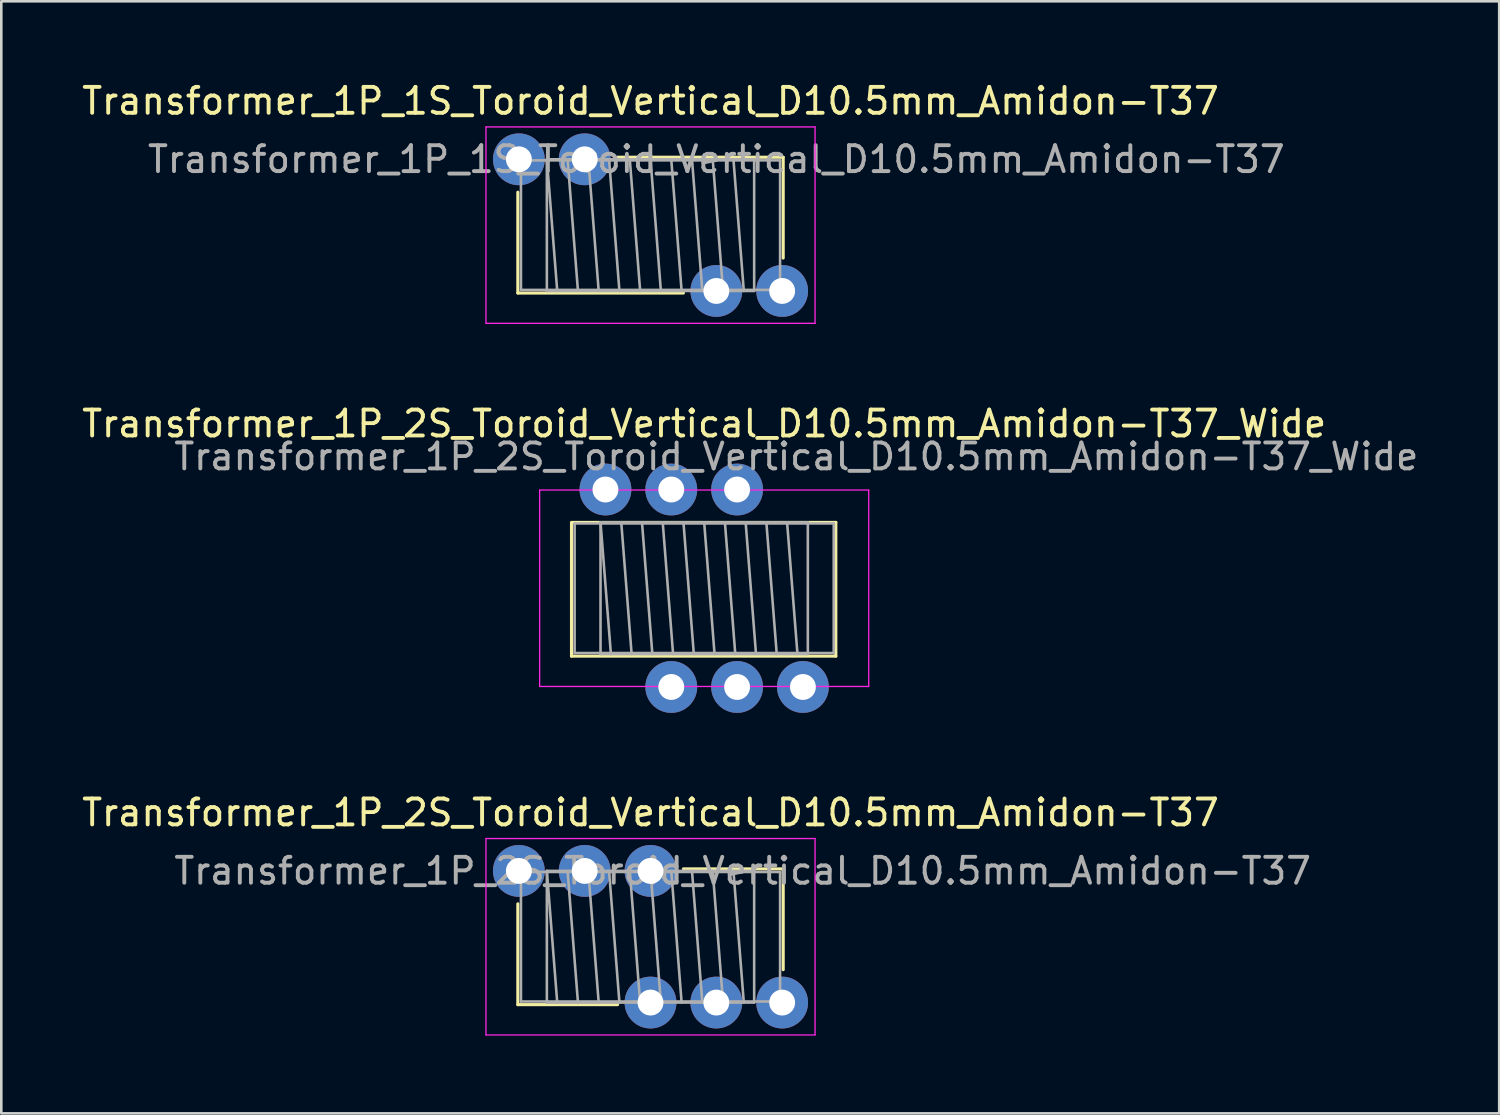
<source format=kicad_pcb>
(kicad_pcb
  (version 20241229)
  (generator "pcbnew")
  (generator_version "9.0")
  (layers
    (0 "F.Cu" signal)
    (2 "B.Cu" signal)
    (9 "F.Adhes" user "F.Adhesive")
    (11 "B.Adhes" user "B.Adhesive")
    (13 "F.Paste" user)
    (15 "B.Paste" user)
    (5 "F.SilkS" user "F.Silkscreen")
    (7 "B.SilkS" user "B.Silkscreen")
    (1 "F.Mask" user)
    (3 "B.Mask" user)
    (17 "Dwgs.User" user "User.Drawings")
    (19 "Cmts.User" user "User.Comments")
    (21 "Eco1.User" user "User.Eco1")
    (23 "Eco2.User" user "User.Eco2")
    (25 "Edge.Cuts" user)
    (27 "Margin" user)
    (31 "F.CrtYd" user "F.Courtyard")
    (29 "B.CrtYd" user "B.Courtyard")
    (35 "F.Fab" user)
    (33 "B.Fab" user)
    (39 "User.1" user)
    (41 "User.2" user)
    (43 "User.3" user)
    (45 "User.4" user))
  (footprint "Transformer_1P_1S_Toroid_Vertical_D10.5mm_Amidon-T37"
    (layer "F.Cu")
    (at 22.054 5.638)
    (property "Reference" "Transformer_1P_1S_Toroid_Vertical_D10.5mm_Amidon-T37" (at 0 -4.79 0) (layer "F.SilkS") (effects (font (size 1 1) (thickness 0.15))))
    (attr through_hole)
    (fp_line (start -5.12 -1.27) (end -5.12 2.62) (stroke (width 0.12) (type solid)) (layer "F.SilkS"))
    (fp_line (start -5.12 2.62) (end 1.27 2.62) (stroke (width 0.12) (type solid)) (layer "F.SilkS"))
    (fp_line (start -1.27 -2.62) (end 5.12 -2.62) (stroke (width 0.12) (type solid)) (layer "F.SilkS"))
    (fp_line (start 5.12 -2.62) (end 5.12 1.27) (stroke (width 0.12) (type solid)) (layer "F.SilkS"))
    (fp_line (start -6.35 -3.79) (end -6.35 3.79) (stroke (width 0.05) (type solid)) (layer "F.CrtYd"))
    (fp_line (start -6.35 3.79) (end 6.35 3.79) (stroke (width 0.05) (type solid)) (layer "F.CrtYd"))
    (fp_line (start 6.35 -3.79) (end -6.35 -3.79) (stroke (width 0.05) (type solid)) (layer "F.CrtYd"))
    (fp_line (start 6.35 3.79) (end 6.35 -3.79) (stroke (width 0.05) (type solid)) (layer "F.CrtYd"))
    (fp_line (start -5 -2.5) (end -5 2.5) (stroke (width 0.1) (type solid)) (layer "F.Fab"))
    (fp_line (start -5 2.5) (end 5 2.5) (stroke (width 0.1) (type solid)) (layer "F.Fab"))
    (fp_line (start -4 -2.54) (end -4 2.54) (stroke (width 0.1) (type solid)) (layer "F.Fab"))
    (fp_line (start -4 -2.54) (end -3.6 2.54) (stroke (width 0.1) (type solid)) (layer "F.Fab"))
    (fp_line (start -4 2.54) (end 4 2.54) (stroke (width 0.1) (type solid)) (layer "F.Fab"))
    (fp_line (start -3.2 -2.54) (end -2.8 2.54) (stroke (width 0.1) (type solid)) (layer "F.Fab"))
    (fp_line (start -2.4 -2.54) (end -2 2.54) (stroke (width 0.1) (type solid)) (layer "F.Fab"))
    (fp_line (start -1.6 -2.54) (end -1.2 2.54) (stroke (width 0.1) (type solid)) (layer "F.Fab"))
    (fp_line (start -0.8 -2.54) (end -0.4 2.54) (stroke (width 0.1) (type solid)) (layer "F.Fab"))
    (fp_line (start 0 -2.54) (end 0.4 2.54) (stroke (width 0.1) (type solid)) (layer "F.Fab"))
    (fp_line (start 0.8 -2.54) (end 1.2 2.54) (stroke (width 0.1) (type solid)) (layer "F.Fab"))
    (fp_line (start 1.6 -2.54) (end 2 2.54) (stroke (width 0.1) (type solid)) (layer "F.Fab"))
    (fp_line (start 2.4 -2.54) (end 2.8 2.54) (stroke (width 0.1) (type solid)) (layer "F.Fab"))
    (fp_line (start 3.2 -2.54) (end 3.6 2.54) (stroke (width 0.1) (type solid)) (layer "F.Fab"))
    (fp_line (start 4 -2.54) (end -4 -2.54) (stroke (width 0.1) (type solid)) (layer "F.Fab"))
    (fp_line (start 4 2.54) (end 4 -2.54) (stroke (width 0.1) (type solid)) (layer "F.Fab"))
    (fp_line (start 5 -2.5) (end -5 -2.5) (stroke (width 0.1) (type solid)) (layer "F.Fab"))
    (fp_line (start 5 2.5) (end 5 -2.5) (stroke (width 0.1) (type solid)) (layer "F.Fab"))
    (fp_text user "${REFERENCE}" (at 2.54 -2.54 0) (layer "F.Fab") (effects (font (size 1 1) (thickness 0.15))))
    (pad "1" thru_hole circle (at -5.08 -2.54) (size 2 2) (drill 1) (layers "*.Cu" "*.Mask"))
    (pad "2" thru_hole circle (at 2.54 2.54) (size 2 2) (drill 1) (layers "*.Cu" "*.Mask"))
    (pad "3" thru_hole circle (at 5.08 2.54) (size 2 2) (drill 1) (layers "*.Cu" "*.Mask"))
    (pad "4" thru_hole circle (at -2.54 -2.54) (size 2 2) (drill 1) (layers "*.Cu" "*.Mask")))
  (footprint "Transformer_1P_2S_Toroid_Vertical_D10.5mm_Amidon-T37_Wide"
    (layer "F.Cu")
    (at 24.125 19.651)
    (property "Reference" "Transformer_1P_2S_Toroid_Vertical_D10.5mm_Amidon-T37_Wide" (at 0 -6.35 0) (layer "F.SilkS") (effects (font (size 1 1) (thickness 0.15))))
    (attr through_hole)
    (fp_line (start -5.12 -2.54) (end -5.12 2.62) (stroke (width 0.12) (type solid)) (layer "F.SilkS"))
    (fp_line (start -5.12 2.62) (end 5.08 2.62) (stroke (width 0.12) (type solid)) (layer "F.SilkS"))
    (fp_line (start -5.08 -2.54) (end 5.08 -2.54) (stroke (width 0.12) (type solid)) (layer "F.SilkS"))
    (fp_line (start 5.08 -2.54) (end 5.08 2.62) (stroke (width 0.12) (type solid)) (layer "F.SilkS"))
    (fp_line (start -6.35 -3.79) (end -6.35 3.79) (stroke (width 0.05) (type solid)) (layer "F.CrtYd"))
    (fp_line (start -6.35 3.79) (end 6.35 3.79) (stroke (width 0.05) (type solid)) (layer "F.CrtYd"))
    (fp_line (start 6.35 -3.79) (end -6.35 -3.79) (stroke (width 0.05) (type solid)) (layer "F.CrtYd"))
    (fp_line (start 6.35 3.79) (end 6.35 -3.79) (stroke (width 0.05) (type solid)) (layer "F.CrtYd"))
    (fp_line (start -5 -2.5) (end -5 2.5) (stroke (width 0.1) (type solid)) (layer "F.Fab"))
    (fp_line (start -5 2.5) (end 5 2.5) (stroke (width 0.1) (type solid)) (layer "F.Fab"))
    (fp_line (start -4 -2.54) (end -4 2.54) (stroke (width 0.1) (type solid)) (layer "F.Fab"))
    (fp_line (start -4 -2.54) (end -3.6 2.54) (stroke (width 0.1) (type solid)) (layer "F.Fab"))
    (fp_line (start -4 2.54) (end 4 2.54) (stroke (width 0.1) (type solid)) (layer "F.Fab"))
    (fp_line (start -3.2 -2.54) (end -2.8 2.54) (stroke (width 0.1) (type solid)) (layer "F.Fab"))
    (fp_line (start -2.4 -2.54) (end -2 2.54) (stroke (width 0.1) (type solid)) (layer "F.Fab"))
    (fp_line (start -1.6 -2.54) (end -1.2 2.54) (stroke (width 0.1) (type solid)) (layer "F.Fab"))
    (fp_line (start -0.8 -2.54) (end -0.4 2.54) (stroke (width 0.1) (type solid)) (layer "F.Fab"))
    (fp_line (start 0 -2.54) (end 0.4 2.54) (stroke (width 0.1) (type solid)) (layer "F.Fab"))
    (fp_line (start 0.8 -2.54) (end 1.2 2.54) (stroke (width 0.1) (type solid)) (layer "F.Fab"))
    (fp_line (start 1.6 -2.54) (end 2 2.54) (stroke (width 0.1) (type solid)) (layer "F.Fab"))
    (fp_line (start 2.4 -2.54) (end 2.8 2.54) (stroke (width 0.1) (type solid)) (layer "F.Fab"))
    (fp_line (start 3.2 -2.54) (end 3.6 2.54) (stroke (width 0.1) (type solid)) (layer "F.Fab"))
    (fp_line (start 4 -2.54) (end -4 -2.54) (stroke (width 0.1) (type solid)) (layer "F.Fab"))
    (fp_line (start 4 2.54) (end 4 -2.54) (stroke (width 0.1) (type solid)) (layer "F.Fab"))
    (fp_line (start 5 -2.5) (end -5 -2.5) (stroke (width 0.1) (type solid)) (layer "F.Fab"))
    (fp_line (start 5 2.5) (end 5 -2.5) (stroke (width 0.1) (type solid)) (layer "F.Fab"))
    (fp_text user "${REFERENCE}" (at 3.556 -5.08 0) (layer "F.Fab") (effects (font (size 1 1) (thickness 0.15))))
    (pad "1" thru_hole circle (at -3.81 -3.81) (size 2 2) (drill 1) (layers "*.Cu" "*.Mask"))
    (pad "2" thru_hole circle (at -1.27 3.81) (size 2 2) (drill 1) (layers "*.Cu" "*.Mask"))
    (pad "3" thru_hole circle (at -1.27 -3.81) (size 2 2) (drill 1) (layers "*.Cu" "*.Mask"))
    (pad "4" thru_hole circle (at 1.27 3.81) (size 2 2) (drill 1) (layers "*.Cu" "*.Mask"))
    (pad "5" thru_hole circle (at 1.27 -3.81) (size 2 2) (drill 1) (layers "*.Cu" "*.Mask"))
    (pad "6" thru_hole circle (at 3.81 3.81) (size 2 2) (drill 1) (layers "*.Cu" "*.Mask")))
  (footprint "Transformer_1P_2S_Toroid_Vertical_D10.5mm_Amidon-T37"
    (layer "F.Cu")
    (at 22.054 30.56)
    (property "Reference" "Transformer_1P_2S_Toroid_Vertical_D10.5mm_Amidon-T37" (at 0 -2.25 0) (layer "F.SilkS") (effects (font (size 1 1) (thickness 0.15))))
    (attr through_hole)
    (fp_line (start -5.12 1.27) (end -5.12 5.16) (stroke (width 0.12) (type solid)) (layer "F.SilkS"))
    (fp_line (start -5.12 5.16) (end -1.27 5.16) (stroke (width 0.12) (type solid)) (layer "F.SilkS"))
    (fp_line (start 1.27 -0.08) (end 5.12 -0.08) (stroke (width 0.12) (type solid)) (layer "F.SilkS"))
    (fp_line (start 5.12 -0.08) (end 5.12 3.81) (stroke (width 0.12) (type solid)) (layer "F.SilkS"))
    (fp_line (start -6.35 -1.25) (end -6.35 6.33) (stroke (width 0.05) (type solid)) (layer "F.CrtYd"))
    (fp_line (start -6.35 6.33) (end 6.35 6.33) (stroke (width 0.05) (type solid)) (layer "F.CrtYd"))
    (fp_line (start 6.35 -1.25) (end -6.35 -1.25) (stroke (width 0.05) (type solid)) (layer "F.CrtYd"))
    (fp_line (start 6.35 6.33) (end 6.35 -1.25) (stroke (width 0.05) (type solid)) (layer "F.CrtYd"))
    (fp_line (start -5 0.04) (end -5 5.04) (stroke (width 0.1) (type solid)) (layer "F.Fab"))
    (fp_line (start -5 5.04) (end 5 5.04) (stroke (width 0.1) (type solid)) (layer "F.Fab"))
    (fp_line (start -4 0) (end -4 5.08) (stroke (width 0.1) (type solid)) (layer "F.Fab"))
    (fp_line (start -4 0) (end -3.6 5.08) (stroke (width 0.1) (type solid)) (layer "F.Fab"))
    (fp_line (start -4 5.08) (end 4 5.08) (stroke (width 0.1) (type solid)) (layer "F.Fab"))
    (fp_line (start -3.2 0) (end -2.8 5.08) (stroke (width 0.1) (type solid)) (layer "F.Fab"))
    (fp_line (start -2.4 0) (end -2 5.08) (stroke (width 0.1) (type solid)) (layer "F.Fab"))
    (fp_line (start -1.6 0) (end -1.2 5.08) (stroke (width 0.1) (type solid)) (layer "F.Fab"))
    (fp_line (start -0.8 0) (end -0.4 5.08) (stroke (width 0.1) (type solid)) (layer "F.Fab"))
    (fp_line (start 0 0) (end 0.4 5.08) (stroke (width 0.1) (type solid)) (layer "F.Fab"))
    (fp_line (start 0.8 0) (end 1.2 5.08) (stroke (width 0.1) (type solid)) (layer "F.Fab"))
    (fp_line (start 1.6 0) (end 2 5.08) (stroke (width 0.1) (type solid)) (layer "F.Fab"))
    (fp_line (start 2.4 0) (end 2.8 5.08) (stroke (width 0.1) (type solid)) (layer "F.Fab"))
    (fp_line (start 3.2 0) (end 3.6 5.08) (stroke (width 0.1) (type solid)) (layer "F.Fab"))
    (fp_line (start 4 0) (end -4 0) (stroke (width 0.1) (type solid)) (layer "F.Fab"))
    (fp_line (start 4 5.08) (end 4 0) (stroke (width 0.1) (type solid)) (layer "F.Fab"))
    (fp_line (start 5 0.04) (end -5 0.04) (stroke (width 0.1) (type solid)) (layer "F.Fab"))
    (fp_line (start 5 5.04) (end 5 0.04) (stroke (width 0.1) (type solid)) (layer "F.Fab"))
    (fp_text user "${REFERENCE}" (at 3.556 0 0) (layer "F.Fab") (effects (font (size 1 1) (thickness 0.15))))
    (pad "1" thru_hole circle (at -5.08 0) (size 2 2) (drill 1) (layers "*.Cu" "*.Mask"))
    (pad "2" thru_hole circle (at 0 5.08) (size 2 2) (drill 1) (layers "*.Cu" "*.Mask"))
    (pad "3" thru_hole circle (at -2.54 0) (size 2 2) (drill 1) (layers "*.Cu" "*.Mask"))
    (pad "4" thru_hole circle (at 2.54 5.08) (size 2 2) (drill 1) (layers "*.Cu" "*.Mask"))
    (pad "5" thru_hole circle (at 0 0) (size 2 2) (drill 1) (layers "*.Cu" "*.Mask"))
    (pad "6" thru_hole circle (at 5.08 5.08) (size 2 2) (drill 1) (layers "*.Cu" "*.Mask")))
  (gr_rect
    (start -3 -3)
    (end 54.806 39.915)
    (stroke (width 0.1) (type default))
    (fill no)
    (layer "Edge.Cuts")))
</source>
